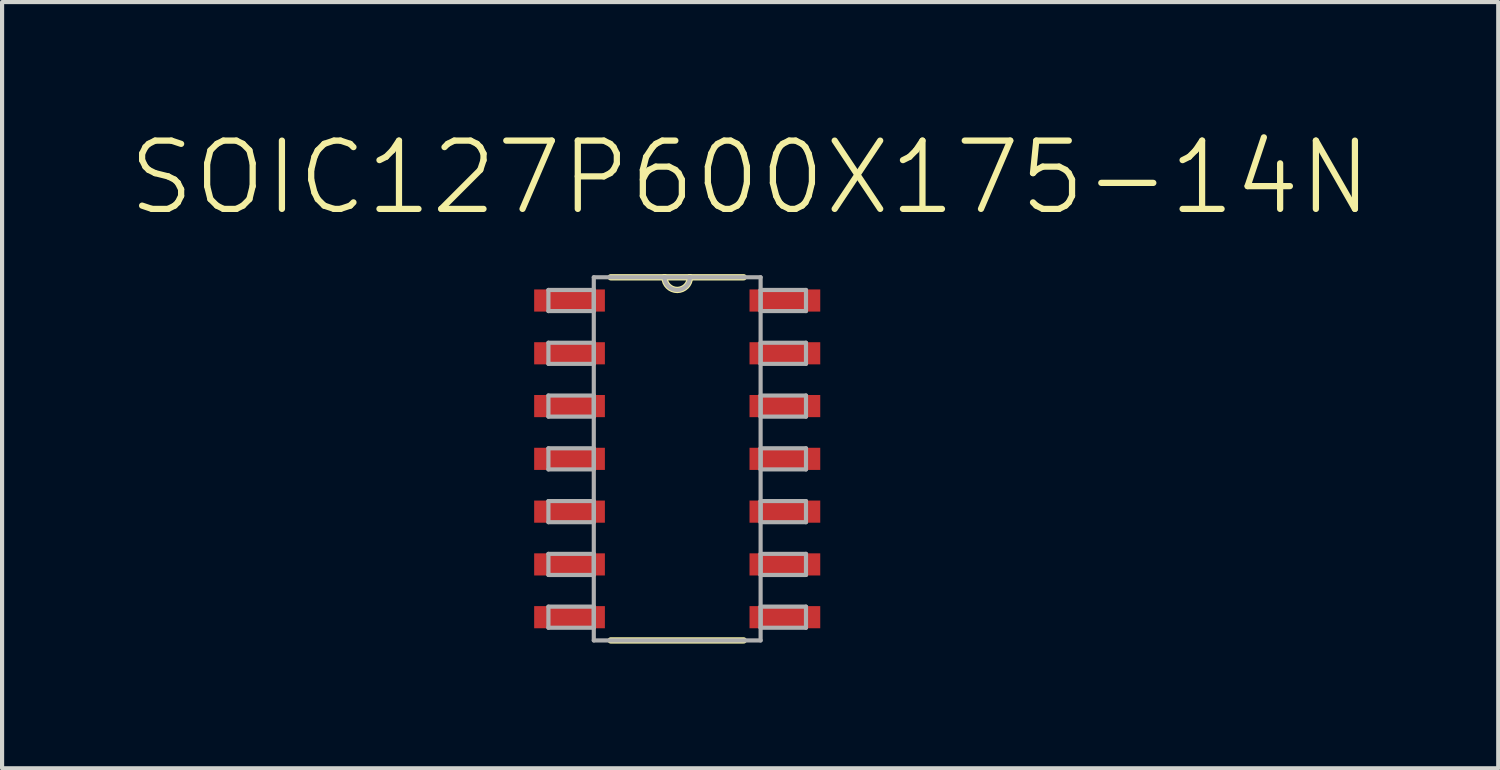
<source format=kicad_pcb>
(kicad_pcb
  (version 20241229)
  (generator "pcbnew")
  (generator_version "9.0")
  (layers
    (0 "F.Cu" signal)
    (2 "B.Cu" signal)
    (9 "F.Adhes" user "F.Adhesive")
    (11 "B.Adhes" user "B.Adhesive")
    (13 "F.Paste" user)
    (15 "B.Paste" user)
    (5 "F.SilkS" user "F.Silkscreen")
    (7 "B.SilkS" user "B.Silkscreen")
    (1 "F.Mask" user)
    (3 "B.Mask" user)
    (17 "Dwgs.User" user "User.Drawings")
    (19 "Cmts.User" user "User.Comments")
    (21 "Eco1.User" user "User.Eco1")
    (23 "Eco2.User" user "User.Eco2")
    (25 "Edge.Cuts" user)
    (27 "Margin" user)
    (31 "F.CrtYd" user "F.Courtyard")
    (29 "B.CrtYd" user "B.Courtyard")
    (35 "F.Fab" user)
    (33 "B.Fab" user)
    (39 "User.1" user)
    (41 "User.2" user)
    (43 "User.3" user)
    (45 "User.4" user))
  (footprint "SOIC127P600X175-14N"
    (layer "F.Cu")
    (at 13.245 7.991)
    (property "Reference" "SOIC127P600X175-14N" (at 1.755 -6.767 0) (layer "F.SilkS") (effects (font (size 1.643 1.643) (thickness 0.15))))
    (attr smd)
    (fp_line (start -1.6 4.369) (end 1.6 4.369) (stroke (width 0.152) (type solid)) (layer "F.SilkS"))
    (fp_line (start -0.305 -4.369) (end -1.6 -4.369) (stroke (width 0.152) (type solid)) (layer "F.SilkS"))
    (fp_line (start 0.305 -4.369) (end -0.305 -4.369) (stroke (width 0.152) (type solid)) (layer "F.SilkS"))
    (fp_line (start 1.6 -4.369) (end 0.305 -4.369) (stroke (width 0.152) (type solid)) (layer "F.SilkS"))
    (fp_arc (start 0.3048 -4.3688) (mid 0 -4.064) (end -0.3048 -4.3688) (stroke (width 0.1524) (type solid)) (layer "F.SilkS"))
    (fp_line (start -3.099 -4.064) (end -3.099 -3.556) (stroke (width 0.1) (type solid)) (layer "F.Fab"))
    (fp_line (start -3.099 -3.556) (end -2.007 -3.556) (stroke (width 0.1) (type solid)) (layer "F.Fab"))
    (fp_line (start -3.099 -2.794) (end -3.099 -2.286) (stroke (width 0.1) (type solid)) (layer "F.Fab"))
    (fp_line (start -3.099 -2.286) (end -2.007 -2.286) (stroke (width 0.1) (type solid)) (layer "F.Fab"))
    (fp_line (start -3.099 -1.524) (end -3.099 -1.016) (stroke (width 0.1) (type solid)) (layer "F.Fab"))
    (fp_line (start -3.099 -1.016) (end -2.007 -1.016) (stroke (width 0.1) (type solid)) (layer "F.Fab"))
    (fp_line (start -3.099 -0.254) (end -3.099 0.254) (stroke (width 0.1) (type solid)) (layer "F.Fab"))
    (fp_line (start -3.099 0.254) (end -2.007 0.254) (stroke (width 0.1) (type solid)) (layer "F.Fab"))
    (fp_line (start -3.099 1.016) (end -3.099 1.524) (stroke (width 0.1) (type solid)) (layer "F.Fab"))
    (fp_line (start -3.099 1.524) (end -2.007 1.524) (stroke (width 0.1) (type solid)) (layer "F.Fab"))
    (fp_line (start -3.099 2.286) (end -3.099 2.794) (stroke (width 0.1) (type solid)) (layer "F.Fab"))
    (fp_line (start -3.099 2.794) (end -2.007 2.794) (stroke (width 0.1) (type solid)) (layer "F.Fab"))
    (fp_line (start -3.099 3.556) (end -3.099 4.064) (stroke (width 0.1) (type solid)) (layer "F.Fab"))
    (fp_line (start -3.099 4.064) (end -2.007 4.064) (stroke (width 0.1) (type solid)) (layer "F.Fab"))
    (fp_line (start -2.007 -4.369) (end -2.007 4.369) (stroke (width 0.1) (type solid)) (layer "F.Fab"))
    (fp_line (start -2.007 -4.064) (end -3.099 -4.064) (stroke (width 0.1) (type solid)) (layer "F.Fab"))
    (fp_line (start -2.007 -3.556) (end -2.007 -4.064) (stroke (width 0.1) (type solid)) (layer "F.Fab"))
    (fp_line (start -2.007 -2.794) (end -3.099 -2.794) (stroke (width 0.1) (type solid)) (layer "F.Fab"))
    (fp_line (start -2.007 -2.286) (end -2.007 -2.794) (stroke (width 0.1) (type solid)) (layer "F.Fab"))
    (fp_line (start -2.007 -1.524) (end -3.099 -1.524) (stroke (width 0.1) (type solid)) (layer "F.Fab"))
    (fp_line (start -2.007 -1.016) (end -2.007 -1.524) (stroke (width 0.1) (type solid)) (layer "F.Fab"))
    (fp_line (start -2.007 -0.254) (end -3.099 -0.254) (stroke (width 0.1) (type solid)) (layer "F.Fab"))
    (fp_line (start -2.007 0.254) (end -2.007 -0.254) (stroke (width 0.1) (type solid)) (layer "F.Fab"))
    (fp_line (start -2.007 1.016) (end -3.099 1.016) (stroke (width 0.1) (type solid)) (layer "F.Fab"))
    (fp_line (start -2.007 1.524) (end -2.007 1.016) (stroke (width 0.1) (type solid)) (layer "F.Fab"))
    (fp_line (start -2.007 2.286) (end -3.099 2.286) (stroke (width 0.1) (type solid)) (layer "F.Fab"))
    (fp_line (start -2.007 2.794) (end -2.007 2.286) (stroke (width 0.1) (type solid)) (layer "F.Fab"))
    (fp_line (start -2.007 3.556) (end -3.099 3.556) (stroke (width 0.1) (type solid)) (layer "F.Fab"))
    (fp_line (start -2.007 4.064) (end -2.007 3.556) (stroke (width 0.1) (type solid)) (layer "F.Fab"))
    (fp_line (start -2.007 4.369) (end 2.007 4.369) (stroke (width 0.1) (type solid)) (layer "F.Fab"))
    (fp_line (start -0.305 -4.369) (end -2.007 -4.369) (stroke (width 0.1) (type solid)) (layer "F.Fab"))
    (fp_line (start 0.305 -4.369) (end -0.305 -4.369) (stroke (width 0.1) (type solid)) (layer "F.Fab"))
    (fp_line (start 2.007 -4.369) (end 0.305 -4.369) (stroke (width 0.1) (type solid)) (layer "F.Fab"))
    (fp_line (start 2.007 -4.064) (end 2.007 -3.556) (stroke (width 0.1) (type solid)) (layer "F.Fab"))
    (fp_line (start 2.007 -3.556) (end 3.099 -3.556) (stroke (width 0.1) (type solid)) (layer "F.Fab"))
    (fp_line (start 2.007 -2.794) (end 2.007 -2.286) (stroke (width 0.1) (type solid)) (layer "F.Fab"))
    (fp_line (start 2.007 -2.286) (end 3.099 -2.286) (stroke (width 0.1) (type solid)) (layer "F.Fab"))
    (fp_line (start 2.007 -1.524) (end 2.007 -1.016) (stroke (width 0.1) (type solid)) (layer "F.Fab"))
    (fp_line (start 2.007 -1.016) (end 3.099 -1.016) (stroke (width 0.1) (type solid)) (layer "F.Fab"))
    (fp_line (start 2.007 -0.254) (end 2.007 0.254) (stroke (width 0.1) (type solid)) (layer "F.Fab"))
    (fp_line (start 2.007 0.254) (end 3.099 0.254) (stroke (width 0.1) (type solid)) (layer "F.Fab"))
    (fp_line (start 2.007 1.016) (end 2.007 1.524) (stroke (width 0.1) (type solid)) (layer "F.Fab"))
    (fp_line (start 2.007 1.524) (end 3.099 1.524) (stroke (width 0.1) (type solid)) (layer "F.Fab"))
    (fp_line (start 2.007 2.286) (end 2.007 2.794) (stroke (width 0.1) (type solid)) (layer "F.Fab"))
    (fp_line (start 2.007 2.794) (end 3.099 2.794) (stroke (width 0.1) (type solid)) (layer "F.Fab"))
    (fp_line (start 2.007 3.556) (end 2.007 4.064) (stroke (width 0.1) (type solid)) (layer "F.Fab"))
    (fp_line (start 2.007 4.064) (end 3.099 4.064) (stroke (width 0.1) (type solid)) (layer "F.Fab"))
    (fp_line (start 2.007 4.369) (end 2.007 -4.369) (stroke (width 0.1) (type solid)) (layer "F.Fab"))
    (fp_line (start 3.099 -4.064) (end 2.007 -4.064) (stroke (width 0.1) (type solid)) (layer "F.Fab"))
    (fp_line (start 3.099 -3.556) (end 3.099 -4.064) (stroke (width 0.1) (type solid)) (layer "F.Fab"))
    (fp_line (start 3.099 -2.794) (end 2.007 -2.794) (stroke (width 0.1) (type solid)) (layer "F.Fab"))
    (fp_line (start 3.099 -2.286) (end 3.099 -2.794) (stroke (width 0.1) (type solid)) (layer "F.Fab"))
    (fp_line (start 3.099 -1.524) (end 2.007 -1.524) (stroke (width 0.1) (type solid)) (layer "F.Fab"))
    (fp_line (start 3.099 -1.016) (end 3.099 -1.524) (stroke (width 0.1) (type solid)) (layer "F.Fab"))
    (fp_line (start 3.099 -0.254) (end 2.007 -0.254) (stroke (width 0.1) (type solid)) (layer "F.Fab"))
    (fp_line (start 3.099 0.254) (end 3.099 -0.254) (stroke (width 0.1) (type solid)) (layer "F.Fab"))
    (fp_line (start 3.099 1.016) (end 2.007 1.016) (stroke (width 0.1) (type solid)) (layer "F.Fab"))
    (fp_line (start 3.099 1.524) (end 3.099 1.016) (stroke (width 0.1) (type solid)) (layer "F.Fab"))
    (fp_line (start 3.099 2.286) (end 2.007 2.286) (stroke (width 0.1) (type solid)) (layer "F.Fab"))
    (fp_line (start 3.099 2.794) (end 3.099 2.286) (stroke (width 0.1) (type solid)) (layer "F.Fab"))
    (fp_line (start 3.099 3.556) (end 2.007 3.556) (stroke (width 0.1) (type solid)) (layer "F.Fab"))
    (fp_line (start 3.099 4.064) (end 3.099 3.556) (stroke (width 0.1) (type solid)) (layer "F.Fab"))
    (fp_arc (start 0.3048 -4.3688) (mid 0 -4.064) (end -0.3048 -4.3688) (stroke (width 0.1) (type solid)) (layer "F.Fab"))
    (pad "1" smd rect (at -2.591 -3.81) (size 1.702 0.533) (layers "F.Cu" "F.Mask" "F.Paste"))
    (pad "2" smd rect (at -2.591 -2.54) (size 1.702 0.533) (layers "F.Cu" "F.Mask" "F.Paste"))
    (pad "3" smd rect (at -2.591 -1.27) (size 1.702 0.533) (layers "F.Cu" "F.Mask" "F.Paste"))
    (pad "4" smd rect (at -2.591 0) (size 1.702 0.533) (layers "F.Cu" "F.Mask" "F.Paste"))
    (pad "5" smd rect (at -2.591 1.27) (size 1.702 0.533) (layers "F.Cu" "F.Mask" "F.Paste"))
    (pad "6" smd rect (at -2.591 2.54) (size 1.702 0.533) (layers "F.Cu" "F.Mask" "F.Paste"))
    (pad "7" smd rect (at -2.591 3.81) (size 1.702 0.533) (layers "F.Cu" "F.Mask" "F.Paste"))
    (pad "8" smd rect (at 2.591 3.81) (size 1.702 0.533) (layers "F.Cu" "F.Mask" "F.Paste"))
    (pad "9" smd rect (at 2.591 2.54) (size 1.702 0.533) (layers "F.Cu" "F.Mask" "F.Paste"))
    (pad "10" smd rect (at 2.591 1.27) (size 1.702 0.533) (layers "F.Cu" "F.Mask" "F.Paste"))
    (pad "11" smd rect (at 2.591 0) (size 1.702 0.533) (layers "F.Cu" "F.Mask" "F.Paste"))
    (pad "12" smd rect (at 2.591 -1.27) (size 1.702 0.533) (layers "F.Cu" "F.Mask" "F.Paste"))
    (pad "13" smd rect (at 2.591 -2.54) (size 1.702 0.533) (layers "F.Cu" "F.Mask" "F.Paste"))
    (pad "14" smd rect (at 2.591 -3.81) (size 1.702 0.533) (layers "F.Cu" "F.Mask" "F.Paste")))
  (gr_rect
    (start -3 -3)
    (end 33.001 15.436)
    (stroke (width 0.1) (type default))
    (fill no)
    (layer "Edge.Cuts")))
</source>
